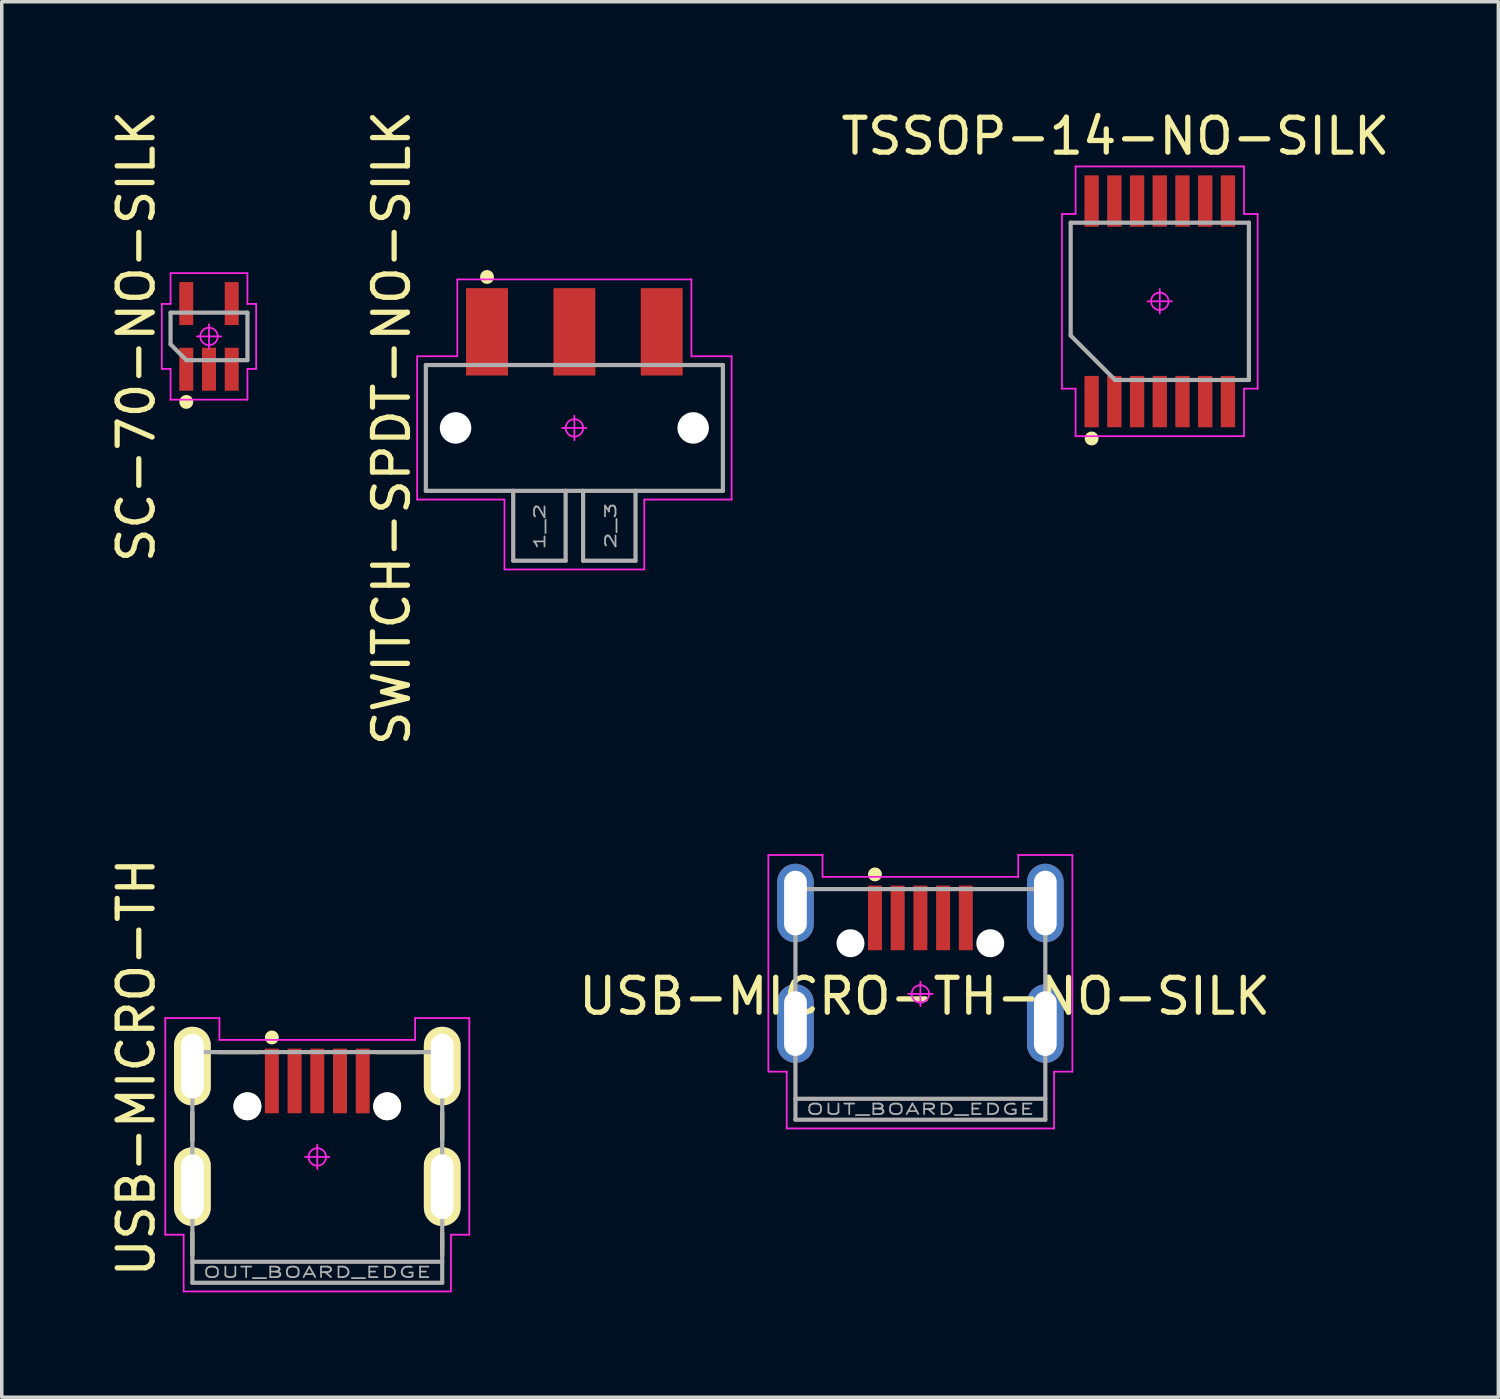
<source format=kicad_pcb>
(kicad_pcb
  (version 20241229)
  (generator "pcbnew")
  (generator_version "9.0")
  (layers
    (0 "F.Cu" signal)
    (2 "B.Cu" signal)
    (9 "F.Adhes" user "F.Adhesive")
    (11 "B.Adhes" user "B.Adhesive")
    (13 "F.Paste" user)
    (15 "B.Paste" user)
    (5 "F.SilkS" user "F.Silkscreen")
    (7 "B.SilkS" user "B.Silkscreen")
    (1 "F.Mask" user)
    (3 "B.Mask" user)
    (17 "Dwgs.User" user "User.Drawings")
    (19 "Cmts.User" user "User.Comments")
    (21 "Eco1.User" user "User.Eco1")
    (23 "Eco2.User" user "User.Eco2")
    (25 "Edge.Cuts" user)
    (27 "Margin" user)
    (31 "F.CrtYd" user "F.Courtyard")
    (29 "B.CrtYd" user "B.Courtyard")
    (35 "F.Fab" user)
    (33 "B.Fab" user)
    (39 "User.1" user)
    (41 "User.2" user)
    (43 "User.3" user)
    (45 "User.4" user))
  (footprint "TSSOP-14-NO-SILK"
    (layer "F.Cu")
    (at 30.14 5.573)
    (property "Reference" "TSSOP-14-NO-SILK" (at -1.27 -4.724 0) (layer "F.SilkS") (effects (font (size 1 1) (thickness 0.15))))
    (attr through_hole)
    (fp_circle (center -1.95 3.925) (end -1.85 3.925) (stroke (width 0.2) (type solid)) (fill no) (layer "F.SilkS"))
    (fp_line (start -2.8 -2.5) (end -2.8 2.5) (stroke (width 0.05) (type solid)) (layer "F.CrtYd"))
    (fp_line (start -2.8 2.5) (end -2.41 2.5) (stroke (width 0.05) (type solid)) (layer "F.CrtYd"))
    (fp_line (start -2.41 -3.86) (end -2.41 -2.5) (stroke (width 0.05) (type solid)) (layer "F.CrtYd"))
    (fp_line (start -2.41 -2.5) (end -2.8 -2.5) (stroke (width 0.05) (type solid)) (layer "F.CrtYd"))
    (fp_line (start -2.41 2.5) (end -2.41 3.86) (stroke (width 0.05) (type solid)) (layer "F.CrtYd"))
    (fp_line (start -2.41 3.86) (end 2.41 3.86) (stroke (width 0.05) (type solid)) (layer "F.CrtYd"))
    (fp_line (start -0.35 0) (end 0.35 0) (stroke (width 0.05) (type solid)) (layer "F.CrtYd"))
    (fp_line (start 0 -0.35) (end 0 0.35) (stroke (width 0.05) (type solid)) (layer "F.CrtYd"))
    (fp_line (start 2.41 -3.86) (end -2.41 -3.86) (stroke (width 0.05) (type solid)) (layer "F.CrtYd"))
    (fp_line (start 2.41 -2.5) (end 2.41 -3.86) (stroke (width 0.05) (type solid)) (layer "F.CrtYd"))
    (fp_line (start 2.41 2.5) (end 2.8 2.5) (stroke (width 0.05) (type solid)) (layer "F.CrtYd"))
    (fp_line (start 2.41 3.86) (end 2.41 2.5) (stroke (width 0.05) (type solid)) (layer "F.CrtYd"))
    (fp_line (start 2.8 -2.5) (end 2.41 -2.5) (stroke (width 0.05) (type solid)) (layer "F.CrtYd"))
    (fp_line (start 2.8 2.5) (end 2.8 -2.5) (stroke (width 0.05) (type solid)) (layer "F.CrtYd"))
    (fp_circle (center 0 0) (end -0.25 0) (stroke (width 0.05) (type solid)) (fill no) (layer "F.CrtYd"))
    (fp_line (start -2.55 -2.25) (end 2.55 -2.25) (stroke (width 0.12) (type solid)) (layer "F.Fab"))
    (fp_line (start -2.55 0.98) (end -2.55 -2.25) (stroke (width 0.12) (type solid)) (layer "F.Fab"))
    (fp_line (start -1.28 2.25) (end -2.55 0.98) (stroke (width 0.12) (type solid)) (layer "F.Fab"))
    (fp_line (start 2.55 -2.25) (end 2.55 2.25) (stroke (width 0.12) (type solid)) (layer "F.Fab"))
    (fp_line (start 2.55 2.25) (end -1.28 2.25) (stroke (width 0.12) (type solid)) (layer "F.Fab"))
    (pad "1" smd rect (at -1.95 2.87) (size 0.41 1.47) (layers "F.Cu" "F.Mask" "F.Paste"))
    (pad "2" smd rect (at -1.3 2.87) (size 0.41 1.47) (layers "F.Cu" "F.Mask" "F.Paste"))
    (pad "3" smd rect (at -0.65 2.87) (size 0.41 1.47) (layers "F.Cu" "F.Mask" "F.Paste"))
    (pad "4" smd rect (at 0 2.87) (size 0.41 1.47) (layers "F.Cu" "F.Mask" "F.Paste"))
    (pad "5" smd rect (at 0.65 2.87) (size 0.41 1.47) (layers "F.Cu" "F.Mask" "F.Paste"))
    (pad "6" smd rect (at 1.3 2.87) (size 0.41 1.47) (layers "F.Cu" "F.Mask" "F.Paste"))
    (pad "7" smd rect (at 1.95 2.87) (size 0.41 1.47) (layers "F.Cu" "F.Mask" "F.Paste"))
    (pad "8" smd rect (at 1.95 -2.87) (size 0.41 1.47) (layers "F.Cu" "F.Mask" "F.Paste"))
    (pad "9" smd rect (at 1.3 -2.87) (size 0.41 1.47) (layers "F.Cu" "F.Mask" "F.Paste"))
    (pad "10" smd rect (at 0.65 -2.87) (size 0.41 1.47) (layers "F.Cu" "F.Mask" "F.Paste"))
    (pad "11" smd rect (at 0 -2.87) (size 0.41 1.47) (layers "F.Cu" "F.Mask" "F.Paste"))
    (pad "12" smd rect (at -0.65 -2.87) (size 0.41 1.47) (layers "F.Cu" "F.Mask" "F.Paste"))
    (pad "13" smd rect (at -1.3 -2.87) (size 0.41 1.47) (layers "F.Cu" "F.Mask" "F.Paste"))
    (pad "14" smd rect (at -1.95 -2.87) (size 0.41 1.47) (layers "F.Cu" "F.Mask" "F.Paste")))
  (footprint "USB-MICRO-TH-NO-SILK"
    (layer "F.Cu")
    (at 23.289 25.393)
    (property "Reference" "USB-MICRO-TH-NO-SILK" (at 0.122 0.069 0) (layer "F.SilkS") (effects (font (size 1 1) (thickness 0.15))))
    (attr through_hole)
    (fp_circle (center -1.3 -3.42) (end -1.2 -3.42) (stroke (width 0.2) (type solid)) (fill no) (layer "F.SilkS"))
    (fp_line (start -4.35 -3.975) (end -4.35 2.225) (stroke (width 0.05) (type solid)) (layer "F.CrtYd"))
    (fp_line (start -4.35 2.225) (end -3.825 2.225) (stroke (width 0.05) (type solid)) (layer "F.CrtYd"))
    (fp_line (start -3.825 2.225) (end -3.825 3.85) (stroke (width 0.05) (type solid)) (layer "F.CrtYd"))
    (fp_line (start -2.8 -3.975) (end -4.35 -3.975) (stroke (width 0.05) (type solid)) (layer "F.CrtYd"))
    (fp_line (start -2.8 -3.35) (end -2.8 -3.975) (stroke (width 0.05) (type solid)) (layer "F.CrtYd"))
    (fp_line (start -2.8 -3.35) (end 2.8 -3.35) (stroke (width 0.05) (type solid)) (layer "F.CrtYd"))
    (fp_line (start -0.35 0) (end 0.35 0) (stroke (width 0.05) (type solid)) (layer "F.CrtYd"))
    (fp_line (start 0 -0.35) (end 0 0.35) (stroke (width 0.05) (type solid)) (layer "F.CrtYd"))
    (fp_line (start 2.8 -3.975) (end 4.35 -3.975) (stroke (width 0.05) (type solid)) (layer "F.CrtYd"))
    (fp_line (start 2.8 -3.35) (end 2.8 -3.975) (stroke (width 0.05) (type solid)) (layer "F.CrtYd"))
    (fp_line (start 3.825 2.225) (end 3.825 3.85) (stroke (width 0.05) (type solid)) (layer "F.CrtYd"))
    (fp_line (start 3.825 3.85) (end -3.825 3.85) (stroke (width 0.05) (type solid)) (layer "F.CrtYd"))
    (fp_line (start 4.35 -3.975) (end 4.35 2.225) (stroke (width 0.05) (type solid)) (layer "F.CrtYd"))
    (fp_line (start 4.35 2.225) (end 3.825 2.225) (stroke (width 0.05) (type solid)) (layer "F.CrtYd"))
    (fp_circle (center 0 0) (end -0.25 0) (stroke (width 0.05) (type solid)) (fill no) (layer "F.CrtYd"))
    (fp_line (start -3.575 -3) (end 3.575 -3) (stroke (width 0.12) (type solid)) (layer "F.Fab"))
    (fp_line (start -3.575 3) (end 3.575 3) (stroke (width 0.12) (type solid)) (layer "F.Fab"))
    (fp_line (start -3.575 3.6) (end -3.575 -3) (stroke (width 0.12) (type solid)) (layer "F.Fab"))
    (fp_line (start -3.575 3.6) (end 3.575 3.6) (stroke (width 0.12) (type solid)) (layer "F.Fab"))
    (fp_line (start 3.575 3.6) (end 3.575 -3) (stroke (width 0.12) (type solid)) (layer "F.Fab"))
    (fp_text user "OUT_BOARD_EDGE" (at 0 3.302 0) (layer "F.Fab") (effects (font (size 0.3 0.5) (thickness 0.05))))
    (pad "" np_thru_hole circle (at -2 -1.45) (size 0.8 0.8) (drill 0.8) (layers "*.Cu" "*.Mask"))
    (pad "" np_thru_hole circle (at 2 -1.45) (size 0.8 0.8) (drill 0.8) (layers "*.Cu" "*.Mask"))
    (pad "1" smd rect (at -1.3 -2.175) (size 0.4 1.85) (layers "F.Cu" "F.Mask" "F.Paste"))
    (pad "2" smd rect (at -0.65 -2.175) (size 0.4 1.85) (layers "F.Cu" "F.Mask" "F.Paste"))
    (pad "3" smd rect (at 0 -2.175) (size 0.4 1.85) (layers "F.Cu" "F.Mask" "F.Paste"))
    (pad "4" smd rect (at 0.65 -2.175) (size 0.4 1.85) (layers "F.Cu" "F.Mask" "F.Paste"))
    (pad "5" smd rect (at 1.3 -2.175) (size 0.4 1.85) (layers "F.Cu" "F.Mask" "F.Paste"))
    (pad "6" thru_hole oval (at 3.575 -2.6) (size 1.05 2.25) (drill oval 0.65 1.85) (layers "*.Cu" "*.Mask" "F.Paste"))
    (pad "7" thru_hole oval (at 3.575 0.85) (size 1.05 2.25) (drill oval 0.65 1.85) (layers "*.Cu" "*.Mask" "F.Paste"))
    (pad "8" thru_hole oval (at -3.575 -2.6) (size 1.05 2.25) (drill oval 0.65 1.85) (layers "*.Cu" "*.Mask" "F.Paste"))
    (pad "9" thru_hole oval (at -3.575 0.85) (size 1.05 2.25) (drill oval 0.65 1.85) (layers "*.Cu" "*.Mask" "F.Paste")))
  (footprint "SC-70-NO-SILK"
    (layer "F.Cu")
    (at 2.931 6.577)
    (property "Reference" "SC-70-NO-SILK" (at -2.083 0 90) (layer "F.SilkS") (effects (font (size 1 1) (thickness 0.15))))
    (attr through_hole)
    (fp_circle (center -0.65 1.875) (end -0.55 1.875) (stroke (width 0.2) (type solid)) (fill no) (layer "F.SilkS"))
    (fp_line (start -1.35 -0.93) (end -1.35 0.93) (stroke (width 0.05) (type solid)) (layer "F.CrtYd"))
    (fp_line (start -1.35 0.93) (end -1.1 0.93) (stroke (width 0.05) (type solid)) (layer "F.CrtYd"))
    (fp_line (start -1.1 -1.81) (end -1.1 -0.93) (stroke (width 0.05) (type solid)) (layer "F.CrtYd"))
    (fp_line (start -1.1 -0.93) (end -1.35 -0.93) (stroke (width 0.05) (type solid)) (layer "F.CrtYd"))
    (fp_line (start -1.1 0.93) (end -1.1 1.81) (stroke (width 0.05) (type solid)) (layer "F.CrtYd"))
    (fp_line (start -1.1 1.81) (end 1.1 1.81) (stroke (width 0.05) (type solid)) (layer "F.CrtYd"))
    (fp_line (start -0.35 0) (end 0.35 0) (stroke (width 0.05) (type solid)) (layer "F.CrtYd"))
    (fp_line (start 0 -0.35) (end 0 0.35) (stroke (width 0.05) (type solid)) (layer "F.CrtYd"))
    (fp_line (start 1.1 -1.81) (end -1.1 -1.81) (stroke (width 0.05) (type solid)) (layer "F.CrtYd"))
    (fp_line (start 1.1 -0.93) (end 1.1 -1.81) (stroke (width 0.05) (type solid)) (layer "F.CrtYd"))
    (fp_line (start 1.1 0.93) (end 1.35 0.93) (stroke (width 0.05) (type solid)) (layer "F.CrtYd"))
    (fp_line (start 1.1 1.81) (end 1.1 0.93) (stroke (width 0.05) (type solid)) (layer "F.CrtYd"))
    (fp_line (start 1.35 -0.93) (end 1.1 -0.93) (stroke (width 0.05) (type solid)) (layer "F.CrtYd"))
    (fp_line (start 1.35 0.93) (end 1.35 -0.93) (stroke (width 0.05) (type solid)) (layer "F.CrtYd"))
    (fp_circle (center 0 0) (end -0.25 0) (stroke (width 0.05) (type solid)) (fill no) (layer "F.CrtYd"))
    (fp_line (start -1.1 -0.68) (end 1.1 -0.68) (stroke (width 0.12) (type solid)) (layer "F.Fab"))
    (fp_line (start -1.1 0.227) (end -1.1 -0.68) (stroke (width 0.12) (type solid)) (layer "F.Fab"))
    (fp_line (start -0.647 0.68) (end -1.1 0.227) (stroke (width 0.12) (type solid)) (layer "F.Fab"))
    (fp_line (start 1.1 -0.68) (end 1.1 0.68) (stroke (width 0.12) (type solid)) (layer "F.Fab"))
    (fp_line (start 1.1 0.68) (end -0.647 0.68) (stroke (width 0.12) (type solid)) (layer "F.Fab"))
    (pad "1" smd rect (at -0.65 0.94) (size 0.4 1.23) (layers "F.Cu" "F.Mask" "F.Paste"))
    (pad "2" smd rect (at 0 0.94) (size 0.4 1.23) (layers "F.Cu" "F.Mask" "F.Paste"))
    (pad "3" smd rect (at 0.65 0.94) (size 0.4 1.23) (layers "F.Cu" "F.Mask" "F.Paste"))
    (pad "4" smd rect (at 0.65 -0.94) (size 0.4 1.23) (layers "F.Cu" "F.Mask" "F.Paste"))
    (pad "5" smd rect (at -0.65 -0.94) (size 0.4 1.23) (layers "F.Cu" "F.Mask" "F.Paste")))
  (footprint "USB-MICRO-TH"
    (layer "F.Cu")
    (at 6.03 30.059)
    (property "Reference" "USB-MICRO-TH" (at -5.182 -2.565 90) (layer "F.SilkS") (effects (font (size 1 1) (thickness 0.15))))
    (attr through_hole)
    (fp_line (start -3.575 -1.275) (end -3.575 -0.475) (stroke (width 0.12) (type solid)) (layer "F.SilkS"))
    (fp_line (start -3.575 2.175) (end -3.575 2.8) (stroke (width 0.12) (type solid)) (layer "F.SilkS"))
    (fp_line (start -1.7 -3) (end -2.85 -3) (stroke (width 0.12) (type solid)) (layer "F.SilkS"))
    (fp_line (start 1.7 -3) (end 2.85 -3) (stroke (width 0.12) (type solid)) (layer "F.SilkS"))
    (fp_line (start 3.575 -1.275) (end 3.575 -0.475) (stroke (width 0.12) (type solid)) (layer "F.SilkS"))
    (fp_line (start 3.575 2.175) (end 3.575 2.8) (stroke (width 0.12) (type solid)) (layer "F.SilkS"))
    (fp_circle (center -1.3 -3.42) (end -1.2 -3.42) (stroke (width 0.2) (type solid)) (fill no) (layer "F.SilkS"))
    (fp_line (start -4.35 -3.975) (end -4.35 2.225) (stroke (width 0.05) (type solid)) (layer "F.CrtYd"))
    (fp_line (start -4.35 2.225) (end -3.825 2.225) (stroke (width 0.05) (type solid)) (layer "F.CrtYd"))
    (fp_line (start -3.825 2.225) (end -3.825 3.85) (stroke (width 0.05) (type solid)) (layer "F.CrtYd"))
    (fp_line (start -2.8 -3.975) (end -4.35 -3.975) (stroke (width 0.05) (type solid)) (layer "F.CrtYd"))
    (fp_line (start -2.8 -3.35) (end -2.8 -3.975) (stroke (width 0.05) (type solid)) (layer "F.CrtYd"))
    (fp_line (start -2.8 -3.35) (end 2.8 -3.35) (stroke (width 0.05) (type solid)) (layer "F.CrtYd"))
    (fp_line (start -0.35 0) (end 0.35 0) (stroke (width 0.05) (type solid)) (layer "F.CrtYd"))
    (fp_line (start 0 -0.35) (end 0 0.35) (stroke (width 0.05) (type solid)) (layer "F.CrtYd"))
    (fp_line (start 2.8 -3.975) (end 4.35 -3.975) (stroke (width 0.05) (type solid)) (layer "F.CrtYd"))
    (fp_line (start 2.8 -3.35) (end 2.8 -3.975) (stroke (width 0.05) (type solid)) (layer "F.CrtYd"))
    (fp_line (start 3.825 2.225) (end 3.825 3.85) (stroke (width 0.05) (type solid)) (layer "F.CrtYd"))
    (fp_line (start 3.825 3.85) (end -3.825 3.85) (stroke (width 0.05) (type solid)) (layer "F.CrtYd"))
    (fp_line (start 4.35 -3.975) (end 4.35 2.225) (stroke (width 0.05) (type solid)) (layer "F.CrtYd"))
    (fp_line (start 4.35 2.225) (end 3.825 2.225) (stroke (width 0.05) (type solid)) (layer "F.CrtYd"))
    (fp_circle (center 0 0) (end -0.25 0) (stroke (width 0.05) (type solid)) (fill no) (layer "F.CrtYd"))
    (fp_line (start -3.575 -3) (end 3.575 -3) (stroke (width 0.12) (type solid)) (layer "F.Fab"))
    (fp_line (start -3.575 3) (end 3.575 3) (stroke (width 0.12) (type solid)) (layer "F.Fab"))
    (fp_line (start -3.575 3.6) (end -3.575 -3) (stroke (width 0.12) (type solid)) (layer "F.Fab"))
    (fp_line (start -3.575 3.6) (end 3.575 3.6) (stroke (width 0.12) (type solid)) (layer "F.Fab"))
    (fp_line (start 3.575 3.6) (end 3.575 -3) (stroke (width 0.12) (type solid)) (layer "F.Fab"))
    (fp_text user "OUT_BOARD_EDGE" (at 0 3.302 0) (layer "F.Fab") (effects (font (size 0.3 0.5) (thickness 0.05))))
    (pad "" np_thru_hole circle (at -2 -1.45) (size 0.8 0.8) (drill 0.8) (layers "*.Cu" "*.Mask" "F.SilkS"))
    (pad "" np_thru_hole circle (at 2 -1.45) (size 0.8 0.8) (drill 0.8) (layers "*.Cu" "*.Mask" "F.SilkS"))
    (pad "1" smd rect (at -1.3 -2.175) (size 0.4 1.85) (layers "F.Cu" "F.Mask" "F.Paste"))
    (pad "2" smd rect (at -0.65 -2.175) (size 0.4 1.85) (layers "F.Cu" "F.Mask" "F.Paste"))
    (pad "3" smd rect (at 0 -2.175) (size 0.4 1.85) (layers "F.Cu" "F.Mask" "F.Paste"))
    (pad "4" smd rect (at 0.65 -2.175) (size 0.4 1.85) (layers "F.Cu" "F.Mask" "F.Paste"))
    (pad "5" smd rect (at 1.3 -2.175) (size 0.4 1.85) (layers "F.Cu" "F.Mask" "F.Paste"))
    (pad "6" thru_hole oval (at 3.575 -2.6) (size 1.05 2.25) (drill oval 0.65 1.85) (layers "*.Cu" "*.Mask" "F.SilkS" "F.Paste"))
    (pad "7" thru_hole oval (at 3.575 0.85) (size 1.05 2.25) (drill oval 0.65 1.85) (layers "*.Cu" "*.Mask" "F.SilkS" "F.Paste"))
    (pad "8" thru_hole oval (at -3.575 -2.6) (size 1.05 2.25) (drill oval 0.65 1.85) (layers "*.Cu" "*.Mask" "F.SilkS" "F.Paste"))
    (pad "9" thru_hole oval (at -3.575 0.85) (size 1.05 2.25) (drill oval 0.65 1.85) (layers "*.Cu" "*.Mask" "F.SilkS" "F.Paste")))
  (footprint "SWITCH-SPDT-NO-SILK"
    (layer "F.Cu")
    (at 13.387 9.196)
    (property "Reference" "SWITCH-SPDT-NO-SILK" (at -5.232 0 90) (layer "F.SilkS") (effects (font (size 1 1) (thickness 0.15))))
    (attr through_hole)
    (fp_circle (center -2.5 -4.32) (end -2.4 -4.32) (stroke (width 0.2) (type solid)) (fill no) (layer "F.SilkS"))
    (fp_line (start -4.5 -2.05) (end -3.35 -2.05) (stroke (width 0.05) (type solid)) (layer "F.CrtYd"))
    (fp_line (start -4.5 2.05) (end -4.5 -2.05) (stroke (width 0.05) (type solid)) (layer "F.CrtYd"))
    (fp_line (start -4.5 2.05) (end -2 2.05) (stroke (width 0.05) (type solid)) (layer "F.CrtYd"))
    (fp_line (start -3.35 -4.25) (end 3.35 -4.25) (stroke (width 0.05) (type solid)) (layer "F.CrtYd"))
    (fp_line (start -3.35 -2.05) (end -3.35 -4.25) (stroke (width 0.05) (type solid)) (layer "F.CrtYd"))
    (fp_line (start -2 4.05) (end -2 2.05) (stroke (width 0.05) (type solid)) (layer "F.CrtYd"))
    (fp_line (start -2 4.05) (end 2 4.05) (stroke (width 0.05) (type solid)) (layer "F.CrtYd"))
    (fp_line (start -0.35 0) (end 0.35 0) (stroke (width 0.05) (type solid)) (layer "F.CrtYd"))
    (fp_line (start 0 -0.35) (end 0 0.35) (stroke (width 0.05) (type solid)) (layer "F.CrtYd"))
    (fp_line (start 2 2.05) (end 4.5 2.05) (stroke (width 0.05) (type solid)) (layer "F.CrtYd"))
    (fp_line (start 2 4.05) (end 2 2.05) (stroke (width 0.05) (type solid)) (layer "F.CrtYd"))
    (fp_line (start 3.35 -4.25) (end 3.35 -2.05) (stroke (width 0.05) (type solid)) (layer "F.CrtYd"))
    (fp_line (start 4.5 -2.05) (end 3.35 -2.05) (stroke (width 0.05) (type solid)) (layer "F.CrtYd"))
    (fp_line (start 4.5 -2.05) (end 4.5 2.05) (stroke (width 0.05) (type solid)) (layer "F.CrtYd"))
    (fp_circle (center 0 0) (end -0.25 0) (stroke (width 0.05) (type solid)) (fill no) (layer "F.CrtYd"))
    (fp_line (start -4.25 -1.8) (end 4.25 -1.8) (stroke (width 0.12) (type solid)) (layer "F.Fab"))
    (fp_line (start -4.25 1.8) (end -4.25 -1.8) (stroke (width 0.12) (type solid)) (layer "F.Fab"))
    (fp_line (start -1.75 1.8) (end -1.75 3.8) (stroke (width 0.12) (type solid)) (layer "F.Fab"))
    (fp_line (start -1.75 3.8) (end -0.25 3.8) (stroke (width 0.12) (type solid)) (layer "F.Fab"))
    (fp_line (start -0.25 3.8) (end -0.25 1.8) (stroke (width 0.12) (type solid)) (layer "F.Fab"))
    (fp_line (start 0.25 1.8) (end 0.25 3.8) (stroke (width 0.12) (type solid)) (layer "F.Fab"))
    (fp_line (start 0.25 3.8) (end 1.75 3.8) (stroke (width 0.12) (type solid)) (layer "F.Fab"))
    (fp_line (start 1.75 3.8) (end 1.75 1.8) (stroke (width 0.12) (type solid)) (layer "F.Fab"))
    (fp_line (start 4.25 -1.8) (end 4.25 1.8) (stroke (width 0.12) (type solid)) (layer "F.Fab"))
    (fp_line (start 4.25 1.8) (end -4.25 1.8) (stroke (width 0.12) (type solid)) (layer "F.Fab"))
    (fp_text user "2_3" (at 1.041 2.794 90) (layer "F.Fab") (effects (font (size 0.3 0.5) (thickness 0.05))))
    (fp_text user "1_2" (at -0.991 2.819 90) (layer "F.Fab") (effects (font (size 0.3 0.5) (thickness 0.05))))
    (pad "" np_thru_hole circle (at -3.4 0) (size 0.9 0.9) (drill 0.9) (layers "*.Cu" "*.Mask"))
    (pad "" np_thru_hole circle (at 3.4 0) (size 0.9 0.9) (drill 0.9) (layers "*.Cu" "*.Mask"))
    (pad "1" smd rect (at -2.5 -2.75) (size 1.2 2.5) (layers "F.Cu" "F.Mask" "F.Paste"))
    (pad "2" smd rect (at 0 -2.75) (size 1.2 2.5) (layers "F.Cu" "F.Mask" "F.Paste"))
    (pad "3" smd rect (at 2.5 -2.75) (size 1.2 2.5) (layers "F.Cu" "F.Mask" "F.Paste")))
  (gr_rect
    (start -3 -3)
    (end 39.828 36.934)
    (stroke (width 0.1) (type default))
    (fill no)
    (layer "Edge.Cuts")))
</source>
